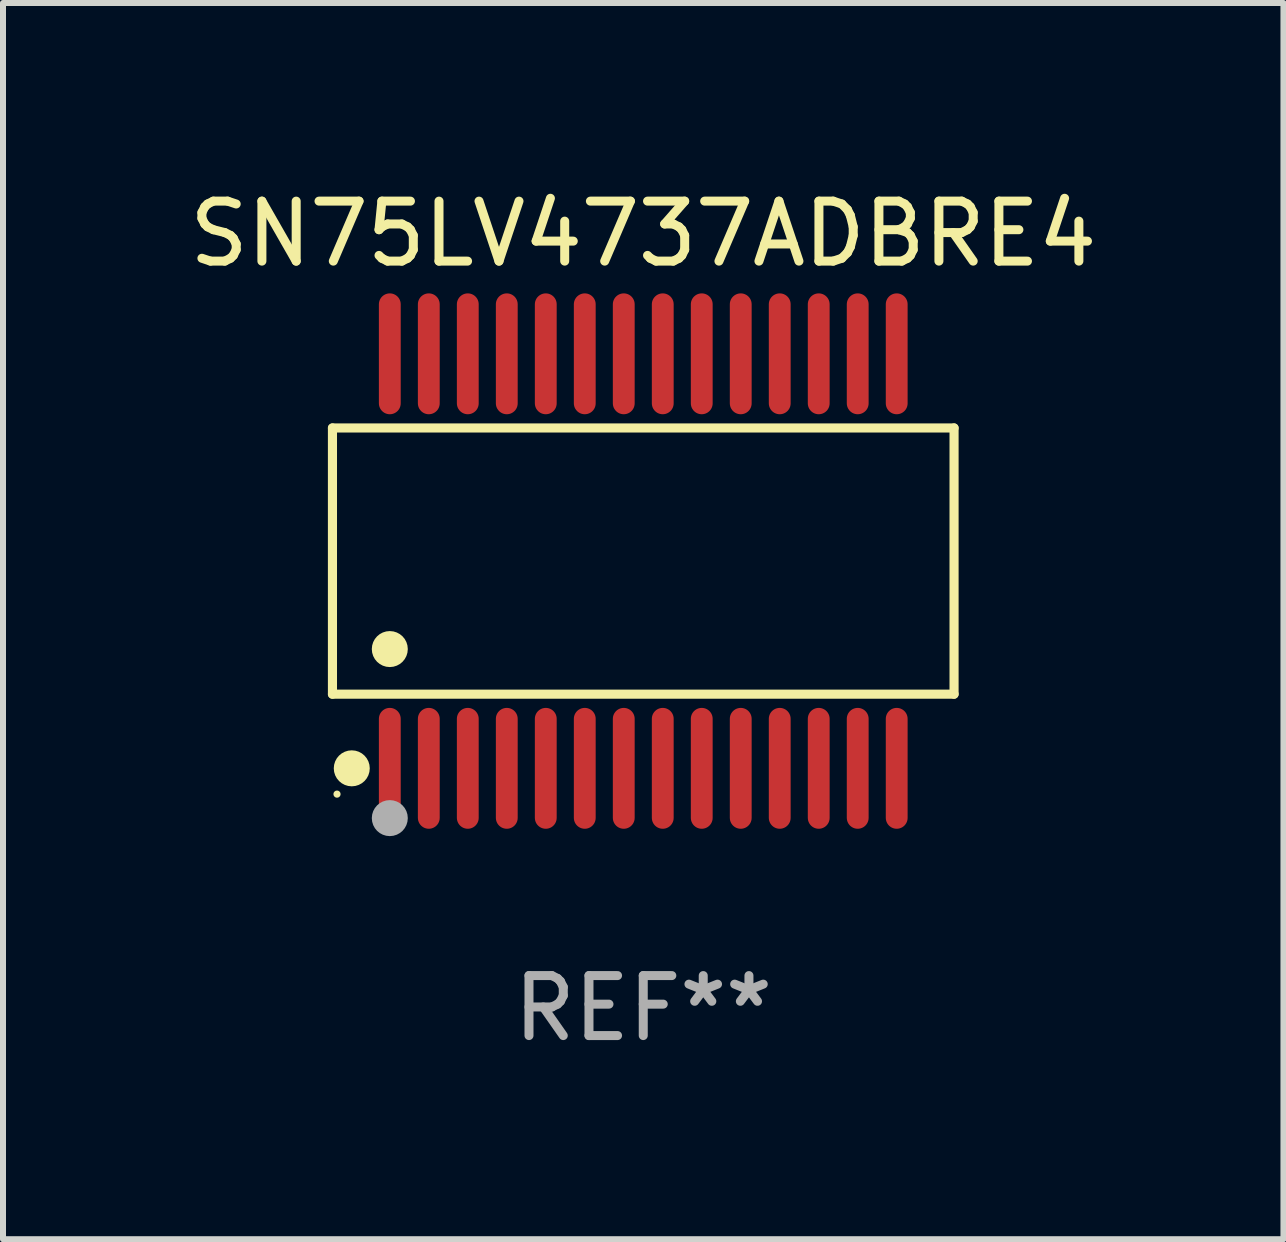
<source format=kicad_pcb>
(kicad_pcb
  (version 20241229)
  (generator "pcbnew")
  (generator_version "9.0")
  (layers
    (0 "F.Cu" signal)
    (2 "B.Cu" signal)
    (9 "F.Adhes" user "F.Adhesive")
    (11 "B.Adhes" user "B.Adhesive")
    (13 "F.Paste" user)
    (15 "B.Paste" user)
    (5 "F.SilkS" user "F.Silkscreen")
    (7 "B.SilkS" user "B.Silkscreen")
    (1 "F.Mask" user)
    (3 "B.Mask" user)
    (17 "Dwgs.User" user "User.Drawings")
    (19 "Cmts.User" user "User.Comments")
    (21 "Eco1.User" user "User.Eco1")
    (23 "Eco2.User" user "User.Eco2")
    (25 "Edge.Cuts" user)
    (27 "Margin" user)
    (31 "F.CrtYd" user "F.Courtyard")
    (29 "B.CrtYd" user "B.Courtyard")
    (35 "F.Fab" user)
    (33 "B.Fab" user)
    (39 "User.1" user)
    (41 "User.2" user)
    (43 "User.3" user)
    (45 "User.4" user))
  (footprint "SN75LV4737ADBRE4"
    (layer "F.Cu")
    (at 7.673 6.303)
    (property "Reference" "SN75LV4737ADBRE4" (at 0 -5.455 0) (layer "F.SilkS") (effects (font (size 1 1) (thickness 0.15))))
    (attr through_hole)
    (fp_line (start -5.181 -2.219) (end 5.181 -2.219) (stroke (width 0.152) (type solid)) (layer "F.SilkS"))
    (fp_line (start -5.181 2.219) (end -5.181 -2.219) (stroke (width 0.152) (type solid)) (layer "F.SilkS"))
    (fp_line (start 5.181 -2.219) (end 5.181 2.219) (stroke (width 0.152) (type solid)) (layer "F.SilkS"))
    (fp_line (start 5.181 2.219) (end -5.181 2.219) (stroke (width 0.152) (type solid)) (layer "F.SilkS"))
    (fp_circle (center -5.105 3.885) (end -5.075 3.885) (stroke (width 0.06) (type solid)) (fill no) (layer "F.SilkS"))
    (fp_circle (center -4.859 3.455) (end -4.709 3.455) (stroke (width 0.3) (type solid)) (fill no) (layer "F.SilkS"))
    (fp_circle (center -4.225 1.467) (end -4.075 1.467) (stroke (width 0.3) (type solid)) (fill no) (layer "F.SilkS"))
    (fp_circle (center -4.225 4.285) (end -4.075 4.285) (stroke (width 0.3) (type solid)) (fill no) (layer "F.Fab"))
    (fp_text user "REF**" (at 0 7.455 0) (layer "F.Fab") (effects (font (size 1 1) (thickness 0.15))))
    (pad "1" smd oval (at -4.225 3.455) (size 0.364 2.015) (layers "F.Cu" "F.Mask" "F.Paste"))
    (pad "2" smd oval (at -3.575 3.455) (size 0.364 2.015) (layers "F.Cu" "F.Mask" "F.Paste"))
    (pad "3" smd oval (at -2.925 3.455) (size 0.364 2.015) (layers "F.Cu" "F.Mask" "F.Paste"))
    (pad "4" smd oval (at -2.275 3.455) (size 0.364 2.015) (layers "F.Cu" "F.Mask" "F.Paste"))
    (pad "5" smd oval (at -1.625 3.455) (size 0.364 2.015) (layers "F.Cu" "F.Mask" "F.Paste"))
    (pad "6" smd oval (at -0.975 3.455) (size 0.364 2.015) (layers "F.Cu" "F.Mask" "F.Paste"))
    (pad "7" smd oval (at -0.325 3.455) (size 0.364 2.015) (layers "F.Cu" "F.Mask" "F.Paste"))
    (pad "8" smd oval (at 0.325 3.455) (size 0.364 2.015) (layers "F.Cu" "F.Mask" "F.Paste"))
    (pad "9" smd oval (at 0.975 3.455) (size 0.364 2.015) (layers "F.Cu" "F.Mask" "F.Paste"))
    (pad "10" smd oval (at 1.625 3.455) (size 0.364 2.015) (layers "F.Cu" "F.Mask" "F.Paste"))
    (pad "11" smd oval (at 2.275 3.455) (size 0.364 2.015) (layers "F.Cu" "F.Mask" "F.Paste"))
    (pad "12" smd oval (at 2.925 3.455) (size 0.364 2.015) (layers "F.Cu" "F.Mask" "F.Paste"))
    (pad "13" smd oval (at 3.575 3.455) (size 0.364 2.015) (layers "F.Cu" "F.Mask" "F.Paste"))
    (pad "14" smd oval (at 4.225 3.455) (size 0.364 2.015) (layers "F.Cu" "F.Mask" "F.Paste"))
    (pad "15" smd oval (at 4.225 -3.455) (size 0.364 2.015) (layers "F.Cu" "F.Mask" "F.Paste"))
    (pad "16" smd oval (at 3.575 -3.455) (size 0.364 2.015) (layers "F.Cu" "F.Mask" "F.Paste"))
    (pad "17" smd oval (at 2.925 -3.455) (size 0.364 2.015) (layers "F.Cu" "F.Mask" "F.Paste"))
    (pad "18" smd oval (at 2.275 -3.455) (size 0.364 2.015) (layers "F.Cu" "F.Mask" "F.Paste"))
    (pad "19" smd oval (at 1.625 -3.455) (size 0.364 2.015) (layers "F.Cu" "F.Mask" "F.Paste"))
    (pad "20" smd oval (at 0.975 -3.455) (size 0.364 2.015) (layers "F.Cu" "F.Mask" "F.Paste"))
    (pad "21" smd oval (at 0.325 -3.455) (size 0.364 2.015) (layers "F.Cu" "F.Mask" "F.Paste"))
    (pad "22" smd oval (at -0.325 -3.455) (size 0.364 2.015) (layers "F.Cu" "F.Mask" "F.Paste"))
    (pad "23" smd oval (at -0.975 -3.455) (size 0.364 2.015) (layers "F.Cu" "F.Mask" "F.Paste"))
    (pad "24" smd oval (at -1.625 -3.455) (size 0.364 2.015) (layers "F.Cu" "F.Mask" "F.Paste"))
    (pad "25" smd oval (at -2.275 -3.455) (size 0.364 2.015) (layers "F.Cu" "F.Mask" "F.Paste"))
    (pad "26" smd oval (at -2.925 -3.455) (size 0.364 2.015) (layers "F.Cu" "F.Mask" "F.Paste"))
    (pad "27" smd oval (at -3.575 -3.455) (size 0.364 2.015) (layers "F.Cu" "F.Mask" "F.Paste"))
    (pad "28" smd oval (at -4.225 -3.455) (size 0.364 2.015) (layers "F.Cu" "F.Mask" "F.Paste")))
  (gr_rect
    (start -3 -3)
    (end 18.345 17.607)
    (stroke (width 0.1) (type default))
    (fill no)
    (layer "Edge.Cuts")))
</source>
